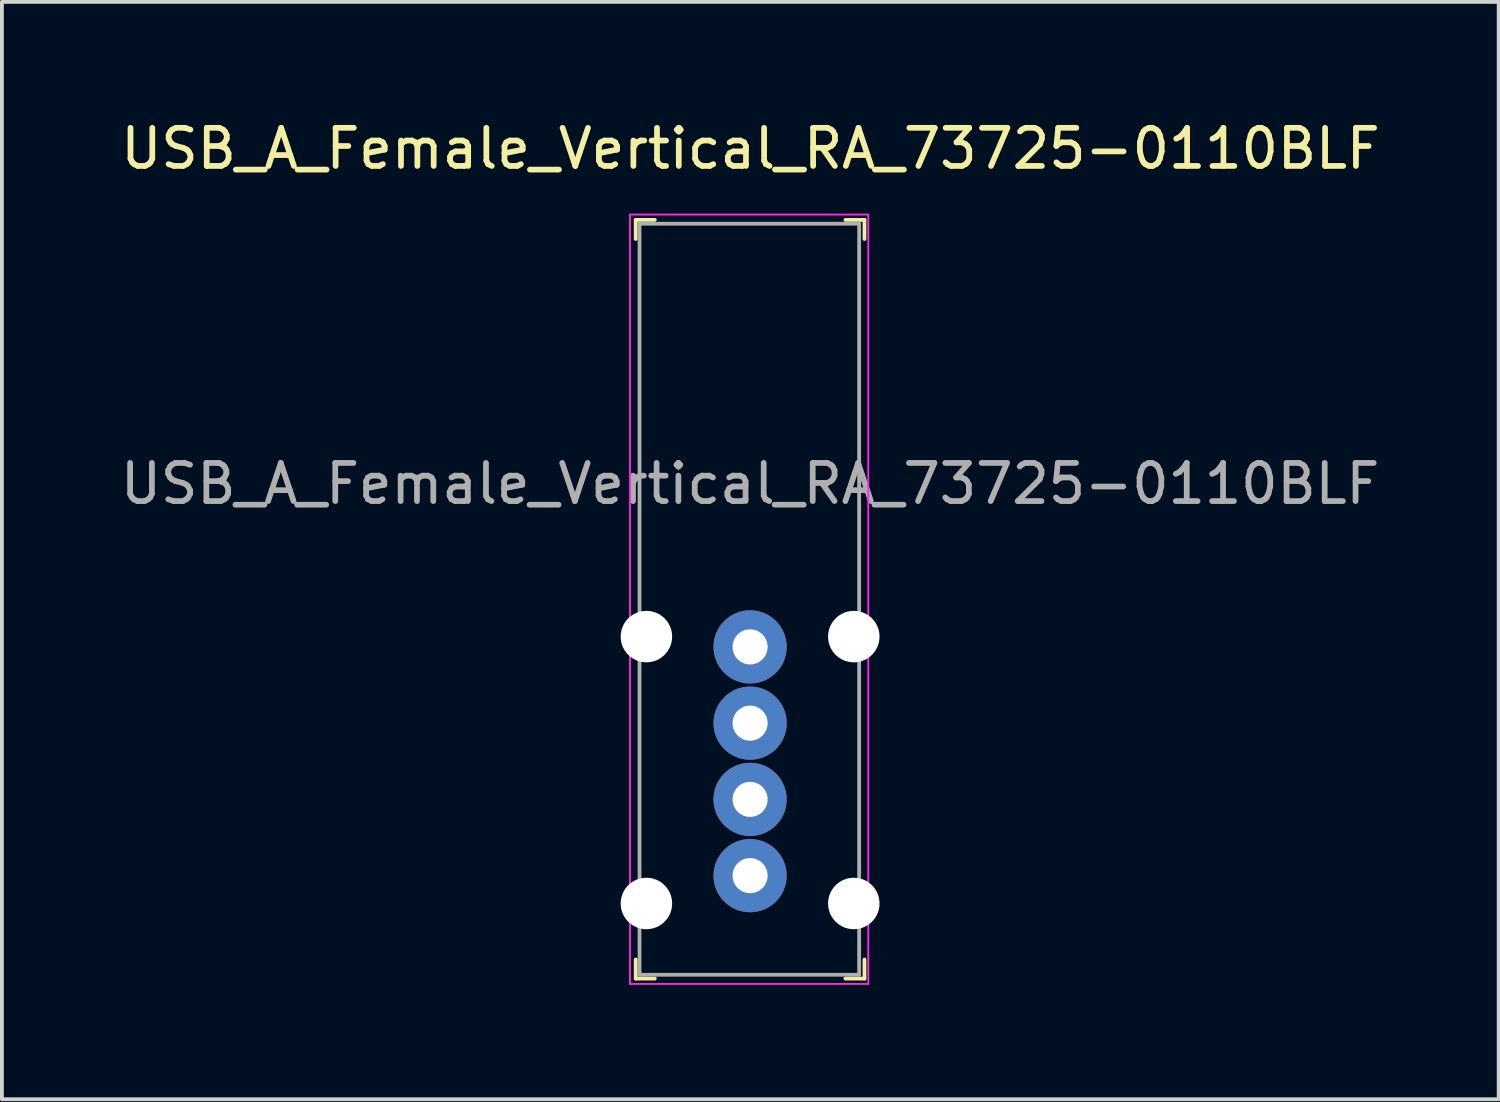
<source format=kicad_pcb>
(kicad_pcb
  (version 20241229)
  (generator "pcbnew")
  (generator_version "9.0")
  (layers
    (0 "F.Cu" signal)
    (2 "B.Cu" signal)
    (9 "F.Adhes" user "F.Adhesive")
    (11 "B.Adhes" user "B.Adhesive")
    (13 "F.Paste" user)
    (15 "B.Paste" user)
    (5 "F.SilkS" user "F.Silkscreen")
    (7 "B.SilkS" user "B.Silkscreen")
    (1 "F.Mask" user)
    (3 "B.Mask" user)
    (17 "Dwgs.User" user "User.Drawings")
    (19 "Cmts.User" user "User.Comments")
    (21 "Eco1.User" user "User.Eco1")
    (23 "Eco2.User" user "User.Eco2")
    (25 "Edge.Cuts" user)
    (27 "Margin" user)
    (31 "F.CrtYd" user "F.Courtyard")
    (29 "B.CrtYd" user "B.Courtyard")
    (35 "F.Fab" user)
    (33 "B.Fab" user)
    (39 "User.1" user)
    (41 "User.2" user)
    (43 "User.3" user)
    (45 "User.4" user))
  (footprint "USB_A_Female_Vertical_RA_73725-0110BLF"
    (layer "F.Cu")
    (at 16.625 19.918)
    (property "Reference" "USB_A_Female_Vertical_RA_73725-0110BLF" (at 0.01 -19.07 0) (layer "F.SilkS") (effects (font (size 1 1) (thickness 0.15))))
    (attr through_hole)
    (fp_line (start -3 -17.2) (end -3 -16.7) (stroke (width 0.1) (type solid)) (layer "F.SilkS"))
    (fp_line (start -3 -17.2) (end -2.5 -17.2) (stroke (width 0.1) (type solid)) (layer "F.SilkS"))
    (fp_line (start -3 2.7) (end -3 2.2) (stroke (width 0.1) (type solid)) (layer "F.SilkS"))
    (fp_line (start -3 2.7) (end -2.5 2.7) (stroke (width 0.1) (type solid)) (layer "F.SilkS"))
    (fp_line (start 3 -17.2) (end 2.5 -17.2) (stroke (width 0.1) (type solid)) (layer "F.SilkS"))
    (fp_line (start 3 -17.2) (end 3 -16.7) (stroke (width 0.1) (type solid)) (layer "F.SilkS"))
    (fp_line (start 3 2.7) (end 2.5 2.7) (stroke (width 0.1) (type solid)) (layer "F.SilkS"))
    (fp_line (start 3 2.7) (end 3 2.2) (stroke (width 0.1) (type solid)) (layer "F.SilkS"))
    (fp_line (start -3.15 -17.34) (end -3.15 2.84) (stroke (width 0.05) (type solid)) (layer "F.CrtYd"))
    (fp_line (start -3.15 -17.34) (end 3.1 -17.34) (stroke (width 0.05) (type solid)) (layer "F.CrtYd"))
    (fp_line (start -3.15 2.84) (end 3.1 2.84) (stroke (width 0.05) (type solid)) (layer "F.CrtYd"))
    (fp_line (start 3.1 -17.34) (end 3.1 2.84) (stroke (width 0.05) (type solid)) (layer "F.CrtYd"))
    (fp_line (start -2.9 -17.1) (end 2.86 -17.1) (stroke (width 0.1) (type solid)) (layer "F.Fab"))
    (fp_line (start -2.9 2.6) (end -2.9 -17.1) (stroke (width 0.1) (type solid)) (layer "F.Fab"))
    (fp_line (start -2.9 2.6) (end 2.86 2.6) (stroke (width 0.1) (type solid)) (layer "F.Fab"))
    (fp_line (start 2.86 2.6) (end 2.86 -17.1) (stroke (width 0.1) (type solid)) (layer "F.Fab"))
    (fp_text user "${REFERENCE}" (at 0 -10.28 0) (layer "F.Fab") (effects (font (size 1 1) (thickness 0.15))))
    (pad "" np_thru_hole circle (at -2.72 -6.27) (size 1.35 1.35) (drill 1.35) (layers "*.Cu" "*.Mask"))
    (pad "" np_thru_hole circle (at -2.72 0.73) (size 1.35 1.35) (drill 1.35) (layers "*.Cu" "*.Mask"))
    (pad "" np_thru_hole circle (at 2.72 -6.27) (size 1.35 1.35) (drill 1.35) (layers "*.Cu" "*.Mask"))
    (pad "" np_thru_hole circle (at 2.72 0.73) (size 1.35 1.35) (drill 1.35) (layers "*.Cu" "*.Mask"))
    (pad "1" thru_hole circle (at 0 0) (size 1.92 1.92) (drill 0.92) (layers "*.Cu" "*.Mask"))
    (pad "2" thru_hole circle (at 0 -2) (size 1.92 1.92) (drill 0.92) (layers "*.Cu" "*.Mask"))
    (pad "3" thru_hole circle (at 0 -4) (size 1.92 1.92) (drill 0.92) (layers "*.Cu" "*.Mask"))
    (pad "4" thru_hole circle (at 0 -6) (size 1.92 1.92) (drill 0.92) (layers "*.Cu" "*.Mask")))
  (gr_rect
    (start -3 -3)
    (end 36.26 25.783)
    (stroke (width 0.1) (type default))
    (fill no)
    (layer "Edge.Cuts")))
</source>
